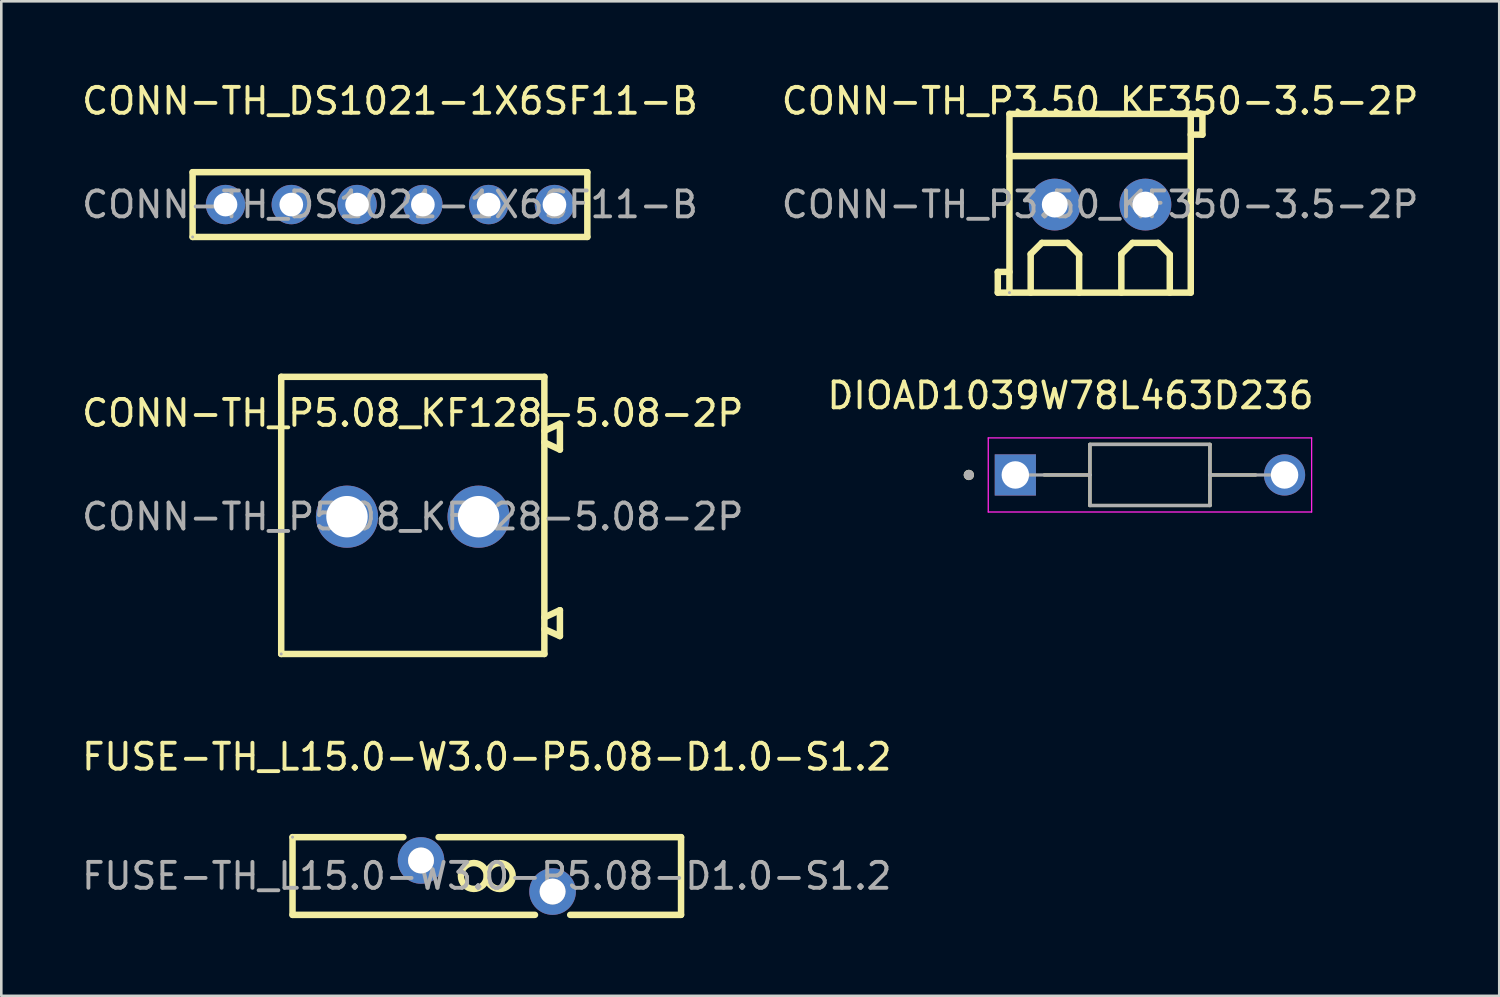
<source format=kicad_pcb>
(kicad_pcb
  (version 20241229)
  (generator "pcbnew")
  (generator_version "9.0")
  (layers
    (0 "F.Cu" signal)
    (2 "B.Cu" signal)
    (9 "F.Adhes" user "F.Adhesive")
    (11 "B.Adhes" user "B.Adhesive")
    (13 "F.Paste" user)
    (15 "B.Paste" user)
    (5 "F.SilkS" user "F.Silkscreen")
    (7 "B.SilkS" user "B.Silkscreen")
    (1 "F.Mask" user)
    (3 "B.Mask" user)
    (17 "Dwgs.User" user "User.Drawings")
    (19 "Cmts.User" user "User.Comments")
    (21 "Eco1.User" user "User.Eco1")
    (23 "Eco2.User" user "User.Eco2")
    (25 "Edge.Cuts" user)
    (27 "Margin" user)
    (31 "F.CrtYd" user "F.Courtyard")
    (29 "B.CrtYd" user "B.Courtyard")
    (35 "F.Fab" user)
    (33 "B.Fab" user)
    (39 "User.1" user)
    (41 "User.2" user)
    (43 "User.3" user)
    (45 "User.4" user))
  (footprint "FUSE-TH_L15.0-W3.0-P5.08-D1.0-S1.2"
    (layer "F.Cu")
    (at 15.744 30.771)
    (property "Reference" "FUSE-TH_L15.0-W3.0-P5.08-D1.0-S1.2" (at 0 -4.6 0) (layer "F.SilkS") (effects (font (size 1 1) (thickness 0.15))))
    (attr through_hole)
    (fp_line (start -7.5 -1.5) (end -3.22 -1.5) (stroke (width 0.25) (type solid)) (layer "F.SilkS"))
    (fp_line (start -7.5 1.5) (end -7.5 -1.5) (stroke (width 0.25) (type solid)) (layer "F.SilkS"))
    (fp_line (start -1.86 -1.5) (end 7.5 -1.5) (stroke (width 0.25) (type solid)) (layer "F.SilkS"))
    (fp_line (start 1.86 1.5) (end -7.5 1.5) (stroke (width 0.25) (type solid)) (layer "F.SilkS"))
    (fp_line (start 7.5 -1.5) (end 7.5 1.5) (stroke (width 0.25) (type solid)) (layer "F.SilkS"))
    (fp_line (start 7.5 1.5) (end 3.22 1.5) (stroke (width 0.25) (type solid)) (layer "F.SilkS"))
    (fp_arc (start -0.000076 0.008726) (mid -0.999981 -0.004363) (end 0 0) (stroke (width 0.25) (type solid)) (layer "F.SilkS"))
    (fp_arc (start 0.000076 -0.008726) (mid 0.999981 0.004363) (end 0 0) (stroke (width 0.25) (type solid)) (layer "F.SilkS"))
    (fp_circle (center -7.5 -1.5) (end -7.47 -1.5) (stroke (width 0.06) (type solid)) (fill no) (layer "F.Fab"))
    (fp_circle (center -2.54 -0.6) (end -2.29 -0.6) (stroke (width 0.5) (type solid)) (fill no) (layer "F.Fab"))
    (fp_circle (center 2.54 0.6) (end 2.79 0.6) (stroke (width 0.5) (type solid)) (fill no) (layer "F.Fab"))
    (fp_text user "${REFERENCE}" (at 0 0 0) (layer "F.Fab") (effects (font (size 1 1) (thickness 0.15))))
    (pad "1" thru_hole circle (at -2.54 -0.6) (size 1.8 1.8) (drill 1) (layers "*.Cu" "*.Mask"))
    (pad "2" thru_hole circle (at 2.54 0.6) (size 1.8 1.8) (drill 1) (layers "*.Cu" "*.Mask")))
  (footprint "CONN-TH_P5.08_KF128-5.08-2P"
    (layer "F.Cu")
    (at 12.887 16.898)
    (property "Reference" "CONN-TH_P5.08_KF128-5.08-2P" (at 0 -4 0) (layer "F.SilkS") (effects (font (size 1 1) (thickness 0.15))))
    (attr through_hole)
    (fp_line (start -5.08 -5.4) (end 5.08 -5.4) (stroke (width 0.25) (type solid)) (layer "F.SilkS"))
    (fp_line (start -5.08 5.3) (end -5.08 -5.4) (stroke (width 0.25) (type solid)) (layer "F.SilkS"))
    (fp_line (start 5.08 -5.4) (end 5.08 5.3) (stroke (width 0.25) (type solid)) (layer "F.SilkS"))
    (fp_line (start 5.08 3.89) (end 5.68 3.61) (stroke (width 0.25) (type solid)) (layer "F.SilkS"))
    (fp_line (start 5.08 4.34) (end 5.68 4.61) (stroke (width 0.25) (type solid)) (layer "F.SilkS"))
    (fp_line (start 5.08 5.3) (end -5.08 5.3) (stroke (width 0.25) (type solid)) (layer "F.SilkS"))
    (fp_line (start 5.68 -3.59) (end 5.08 -3.31) (stroke (width 0.25) (type solid)) (layer "F.SilkS"))
    (fp_line (start 5.68 -3.59) (end 5.68 -2.59) (stroke (width 0.25) (type solid)) (layer "F.SilkS"))
    (fp_line (start 5.68 -2.59) (end 5.08 -2.87) (stroke (width 0.25) (type solid)) (layer "F.SilkS"))
    (fp_line (start 5.68 3.61) (end 5.68 4.61) (stroke (width 0.25) (type solid)) (layer "F.SilkS"))
    (fp_circle (center -5.08 5.3) (end -5.05 5.3) (stroke (width 0.06) (type solid)) (fill no) (layer "F.Fab"))
    (fp_text user "${REFERENCE}" (at 0 0 0) (layer "F.Fab") (effects (font (size 1 1) (thickness 0.15))))
    (pad "1" thru_hole circle (at -2.54 0) (size 2.4 2.4) (drill 1.6) (layers "*.Cu" "*.Mask"))
    (pad "2" thru_hole circle (at 2.54 0) (size 2.4 2.4) (drill 1.6) (layers "*.Cu" "*.Mask")))
  (footprint "CONN-TH_P3.50_KF350-3.5-2P"
    (layer "F.Cu")
    (at 39.423 4.848)
    (property "Reference" "CONN-TH_P3.50_KF350-3.5-2P" (at 0 -4 0) (layer "F.SilkS") (effects (font (size 1 1) (thickness 0.15))))
    (attr through_hole)
    (fp_line (start -3.95 2.6) (end -3.5 2.6) (stroke (width 0.25) (type solid)) (layer "F.SilkS"))
    (fp_line (start -3.95 3.4) (end -3.95 2.6) (stroke (width 0.25) (type solid)) (layer "F.SilkS"))
    (fp_line (start -3.5 -3.5) (end -3.5 3.4) (stroke (width 0.25) (type solid)) (layer "F.SilkS"))
    (fp_line (start -3.5 -3.5) (end 3.5 -3.5) (stroke (width 0.25) (type solid)) (layer "F.SilkS"))
    (fp_line (start -3.5 -1.87) (end 3.5 -1.87) (stroke (width 0.25) (type solid)) (layer "F.SilkS"))
    (fp_line (start -3.5 3.4) (end -3.95 3.4) (stroke (width 0.25) (type solid)) (layer "F.SilkS"))
    (fp_line (start -3.5 3.4) (end 3.5 3.4) (stroke (width 0.25) (type solid)) (layer "F.SilkS"))
    (fp_line (start -2.68 1.91) (end -2.25 1.48) (stroke (width 0.25) (type solid)) (layer "F.SilkS"))
    (fp_line (start -2.68 3.4) (end -2.68 1.91) (stroke (width 0.25) (type solid)) (layer "F.SilkS"))
    (fp_line (start -2.25 1.48) (end -1.26 1.48) (stroke (width 0.25) (type solid)) (layer "F.SilkS"))
    (fp_line (start -1.26 1.48) (end -0.81 1.93) (stroke (width 0.25) (type solid)) (layer "F.SilkS"))
    (fp_line (start -0.81 1.93) (end -0.81 3.4) (stroke (width 0.25) (type solid)) (layer "F.SilkS"))
    (fp_line (start 0.82 1.91) (end 1.25 1.48) (stroke (width 0.25) (type solid)) (layer "F.SilkS"))
    (fp_line (start 0.82 3.4) (end 0.82 1.91) (stroke (width 0.25) (type solid)) (layer "F.SilkS"))
    (fp_line (start 1.25 1.48) (end 2.24 1.48) (stroke (width 0.25) (type solid)) (layer "F.SilkS"))
    (fp_line (start 2.24 1.48) (end 2.69 1.93) (stroke (width 0.25) (type solid)) (layer "F.SilkS"))
    (fp_line (start 2.69 1.93) (end 2.69 3.4) (stroke (width 0.25) (type solid)) (layer "F.SilkS"))
    (fp_line (start 3.5 -3.5) (end 3.5 3.4) (stroke (width 0.25) (type solid)) (layer "F.SilkS"))
    (fp_line (start 3.5 -3.5) (end 3.95 -3.5) (stroke (width 0.25) (type solid)) (layer "F.SilkS"))
    (fp_line (start 3.95 -3.5) (end 3.95 -2.7) (stroke (width 0.25) (type solid)) (layer "F.SilkS"))
    (fp_line (start 3.95 -2.7) (end 3.5 -2.7) (stroke (width 0.25) (type solid)) (layer "F.SilkS"))
    (fp_circle (center -3.5 3.4) (end -3.47 3.4) (stroke (width 0.06) (type solid)) (fill no) (layer "F.Fab"))
    (fp_circle (center -1.75 0) (end -1.55 0) (stroke (width 0.4) (type solid)) (fill no) (layer "F.Fab"))
    (fp_circle (center 1.75 0) (end 1.95 0) (stroke (width 0.4) (type solid)) (fill no) (layer "F.Fab"))
    (fp_text user "${REFERENCE}" (at 0 0 0) (layer "F.Fab") (effects (font (size 1 1) (thickness 0.15))))
    (pad "1" thru_hole circle (at -1.75 0) (size 2 2) (drill 1) (layers "*.Cu" "*.Mask"))
    (pad "2" thru_hole circle (at 1.75 0) (size 2 2) (drill 1) (layers "*.Cu" "*.Mask")))
  (footprint "CONN-TH_DS1021-1X6SF11-B"
    (layer "F.Cu")
    (at 12.006 4.848)
    (property "Reference" "CONN-TH_DS1021-1X6SF11-B" (at 0 -4 0) (layer "F.SilkS") (effects (font (size 1 1) (thickness 0.15))))
    (attr through_hole)
    (fp_line (start -7.62 1.25) (end -7.62 -1.25) (stroke (width 0.25) (type solid)) (layer "F.SilkS"))
    (fp_line (start 7.62 -1.25) (end -7.62 -1.25) (stroke (width 0.25) (type solid)) (layer "F.SilkS"))
    (fp_line (start 7.62 -1.25) (end 7.62 1.25) (stroke (width 0.25) (type solid)) (layer "F.SilkS"))
    (fp_line (start 7.62 1.25) (end -7.62 1.25) (stroke (width 0.25) (type solid)) (layer "F.SilkS"))
    (fp_circle (center -7.62 1.25) (end -7.59 1.25) (stroke (width 0.06) (type solid)) (fill no) (layer "F.Fab"))
    (fp_text user "${REFERENCE}" (at 0 0 0) (layer "F.Fab") (effects (font (size 1 1) (thickness 0.15))))
    (pad "1" thru_hole circle (at -6.35 0) (size 1.52 1.52) (drill 0.914) (layers "*.Cu" "*.Mask"))
    (pad "2" thru_hole circle (at -3.81 0) (size 1.52 1.52) (drill 0.914) (layers "*.Cu" "*.Mask"))
    (pad "3" thru_hole circle (at -1.27 0) (size 1.52 1.52) (drill 0.914) (layers "*.Cu" "*.Mask"))
    (pad "4" thru_hole circle (at 1.27 0) (size 1.52 1.52) (drill 0.914) (layers "*.Cu" "*.Mask"))
    (pad "5" thru_hole circle (at 3.81 0) (size 1.52 1.52) (drill 0.914) (layers "*.Cu" "*.Mask"))
    (pad "6" thru_hole circle (at 6.35 0) (size 1.52 1.52) (drill 0.914) (layers "*.Cu" "*.Mask")))
  (footprint "DIOAD1039W78L463D236"
    (layer "F.Cu")
    (at 41.347 15.287)
    (property "Reference" "DIOAD1039W78L463D236" (at -3.067 -3.065 0) (layer "F.SilkS") (effects (font (size 1 1) (thickness 0.15))))
    (attr through_hole)
    (fp_line (start -2.317 -1.18) (end -2.317 0) (stroke (width 0.127) (type solid)) (layer "F.SilkS"))
    (fp_line (start -2.317 0) (end -4.082 0) (stroke (width 0.127) (type solid)) (layer "F.SilkS"))
    (fp_line (start -2.317 0) (end -2.317 1.18) (stroke (width 0.127) (type solid)) (layer "F.SilkS"))
    (fp_line (start -2.317 1.18) (end 2.317 1.18) (stroke (width 0.127) (type solid)) (layer "F.SilkS"))
    (fp_line (start 2.317 -1.18) (end -2.317 -1.18) (stroke (width 0.127) (type solid)) (layer "F.SilkS"))
    (fp_line (start 2.317 0) (end 2.317 -1.18) (stroke (width 0.127) (type solid)) (layer "F.SilkS"))
    (fp_line (start 2.317 0) (end 4.082 0) (stroke (width 0.127) (type solid)) (layer "F.SilkS"))
    (fp_line (start 2.317 1.18) (end 2.317 0) (stroke (width 0.127) (type solid)) (layer "F.SilkS"))
    (fp_circle (center -6.992 0) (end -6.892 0) (stroke (width 0.2) (type solid)) (fill no) (layer "F.SilkS"))
    (fp_line (start -6.242 -1.43) (end -6.242 1.43) (stroke (width 0.05) (type solid)) (layer "F.CrtYd"))
    (fp_line (start -6.242 1.43) (end 6.242 1.43) (stroke (width 0.05) (type solid)) (layer "F.CrtYd"))
    (fp_line (start 6.242 -1.43) (end -6.242 -1.43) (stroke (width 0.05) (type solid)) (layer "F.CrtYd"))
    (fp_line (start 6.242 1.43) (end 6.242 -1.43) (stroke (width 0.05) (type solid)) (layer "F.CrtYd"))
    (fp_line (start -2.317 -1.18) (end -2.317 0) (stroke (width 0.127) (type solid)) (layer "F.Fab"))
    (fp_line (start -2.317 0) (end -5.197 0) (stroke (width 0.127) (type solid)) (layer "F.Fab"))
    (fp_line (start -2.317 0) (end -2.317 1.18) (stroke (width 0.127) (type solid)) (layer "F.Fab"))
    (fp_line (start -2.317 1.18) (end 2.317 1.18) (stroke (width 0.127) (type solid)) (layer "F.Fab"))
    (fp_line (start 2.317 -1.18) (end -2.317 -1.18) (stroke (width 0.127) (type solid)) (layer "F.Fab"))
    (fp_line (start 2.317 0) (end 2.317 -1.18) (stroke (width 0.127) (type solid)) (layer "F.Fab"))
    (fp_line (start 2.317 0) (end 5.197 0) (stroke (width 0.127) (type solid)) (layer "F.Fab"))
    (fp_line (start 2.317 1.18) (end 2.317 0) (stroke (width 0.127) (type solid)) (layer "F.Fab"))
    (fp_circle (center -6.992 0) (end -6.892 0) (stroke (width 0.2) (type solid)) (fill no) (layer "F.Fab"))
    (pad "1" thru_hole rect (at -5.197 0) (size 1.59 1.59) (drill 1.06) (layers "*.Cu" "*.Mask"))
    (pad "2" thru_hole circle (at 5.197 0) (size 1.59 1.59) (drill 1.06) (layers "*.Cu" "*.Mask")))
  (gr_rect
    (start -3 -3)
    (end 54.833 35.397)
    (stroke (width 0.1) (type default))
    (fill no)
    (layer "Edge.Cuts")))
</source>
